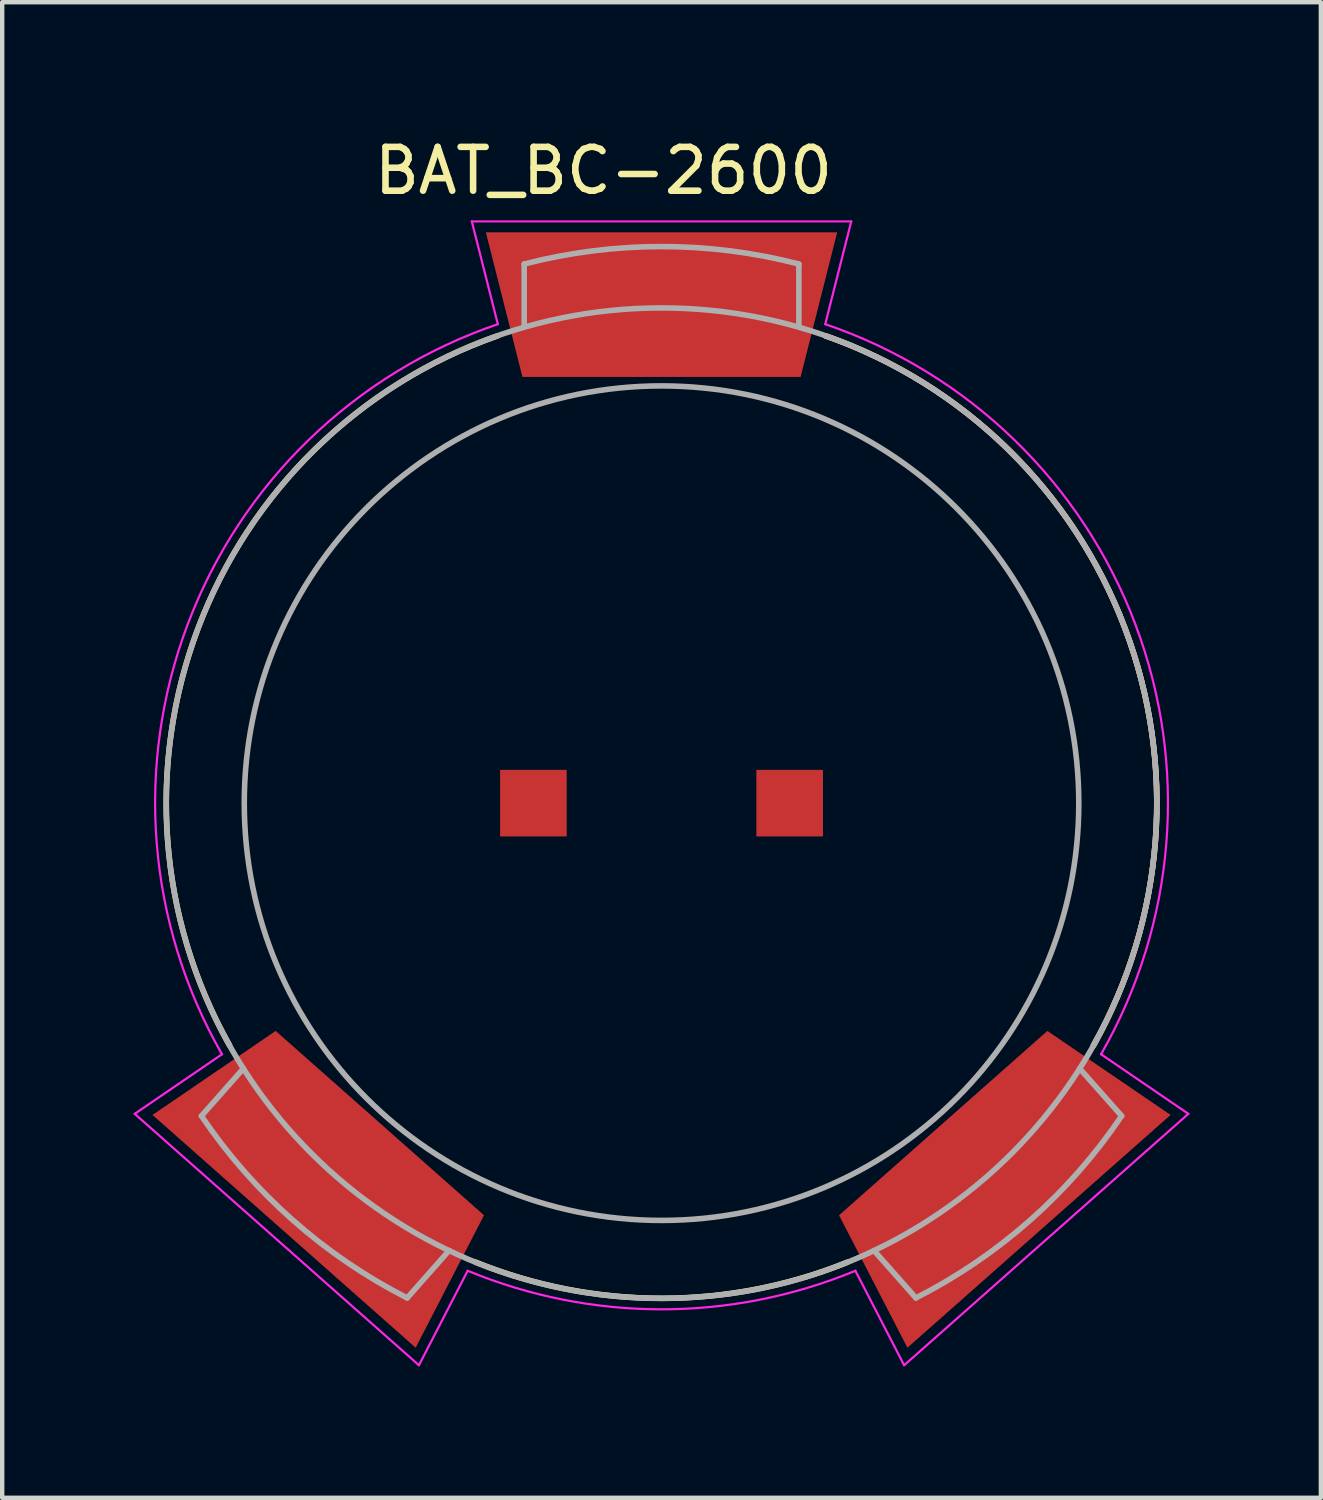
<source format=kicad_pcb>
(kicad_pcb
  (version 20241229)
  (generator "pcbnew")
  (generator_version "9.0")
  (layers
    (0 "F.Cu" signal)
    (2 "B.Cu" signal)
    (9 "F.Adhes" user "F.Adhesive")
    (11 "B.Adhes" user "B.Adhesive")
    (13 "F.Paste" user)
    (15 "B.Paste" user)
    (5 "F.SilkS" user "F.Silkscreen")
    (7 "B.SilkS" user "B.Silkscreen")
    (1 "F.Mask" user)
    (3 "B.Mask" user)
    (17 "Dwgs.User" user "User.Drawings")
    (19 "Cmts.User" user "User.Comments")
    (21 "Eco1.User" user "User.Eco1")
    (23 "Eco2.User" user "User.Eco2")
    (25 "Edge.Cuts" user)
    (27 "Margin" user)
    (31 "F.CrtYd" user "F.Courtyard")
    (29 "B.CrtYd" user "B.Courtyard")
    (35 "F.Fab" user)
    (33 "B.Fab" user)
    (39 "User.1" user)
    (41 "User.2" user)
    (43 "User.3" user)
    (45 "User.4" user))
  (footprint "BAT_BC-2600"
    (layer "F.Cu")
    (at 12.051 15.284)
    (property "Reference" "BAT_BC-2600" (at -1.325 -14.436 0) (layer "F.SilkS") (effects (font (size 1 1) (thickness 0.15))))
    (attr smd)
    (fp_line (start -11.8 7.092) (end -8.817 5.057) (stroke (width 0.0001) (type solid)) (layer "F.Mask"))
    (fp_line (start -11.782 7.107) (end -8.8 5.074) (stroke (width 0.0001) (type solid)) (layer "F.Mask"))
    (fp_line (start -8.817 5.057) (end -3.945 9.368) (stroke (width 0.0001) (type solid)) (layer "F.Mask"))
    (fp_line (start -8.8 5.074) (end -3.927 9.383) (stroke (width 0.0001) (type solid)) (layer "F.Mask"))
    (fp_line (start -5.601 12.576) (end -11.8 7.092) (stroke (width 0.0001) (type solid)) (layer "F.Mask"))
    (fp_line (start -5.582 12.591) (end -11.782 7.107) (stroke (width 0.0001) (type solid)) (layer "F.Mask"))
    (fp_line (start -4.138 -13.13) (end 4.138 -13.13) (stroke (width 0.0001) (type solid)) (layer "F.Mask"))
    (fp_line (start -3.945 9.368) (end -5.601 12.576) (stroke (width 0.0001) (type solid)) (layer "F.Mask"))
    (fp_line (start -3.927 9.383) (end -5.582 12.591) (stroke (width 0.0001) (type solid)) (layer "F.Mask"))
    (fp_line (start -3.253 -9.63) (end -4.138 -13.13) (stroke (width 0.0001) (type solid)) (layer "F.Mask"))
    (fp_line (start 3.253 -9.63) (end -3.253 -9.63) (stroke (width 0.0001) (type solid)) (layer "F.Mask"))
    (fp_line (start 3.927 9.383) (end 5.582 12.591) (stroke (width 0.0001) (type solid)) (layer "F.Mask"))
    (fp_line (start 3.945 9.368) (end 8.817 5.057) (stroke (width 0.0001) (type solid)) (layer "F.Mask"))
    (fp_line (start 4.138 -13.13) (end 3.253 -9.63) (stroke (width 0.0001) (type solid)) (layer "F.Mask"))
    (fp_line (start 5.582 12.591) (end 11.782 7.107) (stroke (width 0.0001) (type solid)) (layer "F.Mask"))
    (fp_line (start 5.601 12.576) (end 3.945 9.368) (stroke (width 0.0001) (type solid)) (layer "F.Mask"))
    (fp_line (start 8.8 5.074) (end 3.927 9.383) (stroke (width 0.0001) (type solid)) (layer "F.Mask"))
    (fp_line (start 8.817 5.057) (end 11.8 7.092) (stroke (width 0.0001) (type solid)) (layer "F.Mask"))
    (fp_line (start 11.782 7.107) (end 8.8 5.074) (stroke (width 0.0001) (type solid)) (layer "F.Mask"))
    (fp_line (start 11.8 7.092) (end 5.601 12.576) (stroke (width 0.0001) (type solid)) (layer "F.Mask"))
    (fp_poly (pts (xy -5.6 12.577) (xy -11.801 7.091) (xy -8.819 5.056) (xy -3.943 9.369)) (stroke (width 0.001) (type solid)) (fill yes) (layer "F.Mask"))
    (fp_poly (pts (xy -4.14 -13.13) (xy 4.14 -13.13) (xy 3.255 -9.63) (xy -3.255 -9.63)) (stroke (width 0.001) (type solid)) (fill yes) (layer "F.Mask"))
    (fp_poly (pts (xy 11.801 7.091) (xy 5.6 12.577) (xy 3.943 9.369) (xy 8.819 5.056)) (stroke (width 0.001) (type solid)) (fill yes) (layer "F.Mask"))
    (fp_arc (start -9.8604 5.5296) (mid -10.577789 -3.995458) (end -3.7423 -10.667599) (stroke (width 0.127) (type solid)) (layer "F.SilkS"))
    (fp_arc (start 3.7423 -10.667599) (mid 10.577789 -3.995458) (end 9.8604 5.5296) (stroke (width 0.127) (type solid)) (layer "F.SilkS"))
    (fp_arc (start 4.2447 10.4778) (mid 0 11.302886) (end -4.2447 10.4778) (stroke (width 0.127) (type solid)) (layer "F.SilkS"))
    (fp_arc (start 3.7423 -10.667599) (mid 10.577789 -3.995458) (end 9.8604 5.5296) (stroke (width 0.127) (type solid)) (layer "B.SilkS"))
    (fp_poly (pts (xy -11.62 7.117) (xy -5.613 12.431) (xy -4.052 9.407) (xy -8.808 5.199)) (stroke (width 0.0001) (type solid)) (fill yes) (layer "F.Paste"))
    (fp_poly (pts (xy -4.01 -13.03) (xy 4.01 -13.03) (xy 3.175 -9.73) (xy -3.175 -9.73)) (stroke (width 0.0001) (type solid)) (fill yes) (layer "F.Paste"))
    (fp_poly (pts (xy 11.62 7.117) (xy 5.613 12.431) (xy 4.052 9.407) (xy 8.808 5.199)) (stroke (width 0.0001) (type solid)) (fill yes) (layer "F.Paste"))
    (fp_line (start -12.026 7.092) (end -5.538 12.831) (stroke (width 0.05) (type solid)) (layer "F.CrtYd"))
    (fp_line (start -10.033 5.732) (end -12.026 7.092) (stroke (width 0.05) (type solid)) (layer "F.CrtYd"))
    (fp_line (start -5.538 12.831) (end -4.425 10.674) (stroke (width 0.05) (type solid)) (layer "F.CrtYd"))
    (fp_line (start -4.331 -13.28) (end 4.331 -13.28) (stroke (width 0.05) (type solid)) (layer "F.CrtYd"))
    (fp_line (start -3.737 -10.934) (end -4.331 -13.28) (stroke (width 0.05) (type solid)) (layer "F.CrtYd"))
    (fp_line (start 4.331 -13.28) (end 3.737 -10.934) (stroke (width 0.05) (type solid)) (layer "F.CrtYd"))
    (fp_line (start 5.538 12.831) (end 4.425 10.674) (stroke (width 0.05) (type solid)) (layer "F.CrtYd"))
    (fp_line (start 10.033 5.732) (end 12.026 7.092) (stroke (width 0.05) (type solid)) (layer "F.CrtYd"))
    (fp_line (start 12.026 7.092) (end 5.538 12.831) (stroke (width 0.05) (type solid)) (layer "F.CrtYd"))
    (fp_arc (start -10.033 5.7321) (mid -10.815348 -4.085475) (end -3.7375 -10.9339) (stroke (width 0.05) (type solid)) (layer "F.CrtYd"))
    (fp_arc (start 3.7375 -10.9339) (mid 10.815348 -4.085475) (end 10.033 5.7321) (stroke (width 0.05) (type solid)) (layer "F.CrtYd"))
    (fp_arc (start 4.4249 10.6742) (mid 0 11.554367) (end -4.4249 10.6742) (stroke (width 0.05) (type solid)) (layer "F.CrtYd"))
    (fp_line (start -10.503 7.14) (end -9.545 6.058) (stroke (width 0.127) (type solid)) (layer "F.Fab"))
    (fp_line (start -5.807 11.295) (end -4.849 10.212) (stroke (width 0.127) (type solid)) (layer "F.Fab"))
    (fp_line (start -3.135 -10.88) (end -3.135 -12.307) (stroke (width 0.127) (type solid)) (layer "F.Fab"))
    (fp_line (start 3.135 -10.88) (end 3.135 -12.307) (stroke (width 0.127) (type solid)) (layer "F.Fab"))
    (fp_line (start 5.807 11.295) (end 4.849 10.212) (stroke (width 0.127) (type solid)) (layer "F.Fab"))
    (fp_line (start 10.503 7.14) (end 9.545 6.058) (stroke (width 0.127) (type solid)) (layer "F.Fab"))
    (fp_arc (start -5.8069 11.2947) (mid -8.419116 9.516097) (end -10.5028 7.1401) (stroke (width 0.127) (type solid)) (layer "F.Fab"))
    (fp_arc (start -3.135 -12.307) (mid 0 -12.705822) (end 3.135 -12.307) (stroke (width 0.127) (type solid)) (layer "F.Fab"))
    (fp_arc (start 10.5028 7.1401) (mid 8.419116 9.516097) (end 5.8069 11.2947) (stroke (width 0.127) (type solid)) (layer "F.Fab"))
    (fp_circle (center 0 0) (end 9.525 0) (stroke (width 0.127) (type solid)) (fill no) (layer "F.Fab"))
    (fp_circle (center 0 0) (end 11.305 0) (stroke (width 0.127) (type solid)) (fill no) (layer "F.Fab"))
    (pad "1" smd rect (at -2.925 0) (size 1.52 1.52) (layers "F.Cu" "F.Mask"))
    (pad "2" smd rect (at 2.925 0) (size 1.52 1.52) (layers "F.Cu" "F.Mask"))
    (pad "S1" smd custom (at -0.1 -11.6) (size 1.7 1.7) (layers "F.Cu") (options (anchor rect)) (primitives (gr_poly (pts (xy -3.91 -1.43) (xy 4.11 -1.43) (xy 3.275 1.87) (xy -3.075 1.87)) (width 0.0001) (fill yes))))
    (pad "S2" smd custom (at -7.7 8.3) (size 1.7 1.7) (layers "F.Cu") (options (anchor rect)) (primitives (gr_poly (pts (xy -3.92 -1.183) (xy 2.087 4.131) (xy 3.648 1.107) (xy -1.108 -3.101)) (width 0.0001) (fill yes))))
    (pad "S3" smd custom (at 7.6 8.3) (size 1.7 1.7) (layers "F.Cu") (options (anchor rect)) (primitives (gr_poly (pts (xy 4.02 -1.183) (xy -1.987 4.131) (xy -3.548 1.107) (xy 1.208 -3.101)) (width 0.0001) (fill yes)))))
  (gr_rect
    (start -3 -3)
    (end 27.102 31.141)
    (stroke (width 0.1) (type default))
    (fill no)
    (layer "Edge.Cuts")))
</source>
